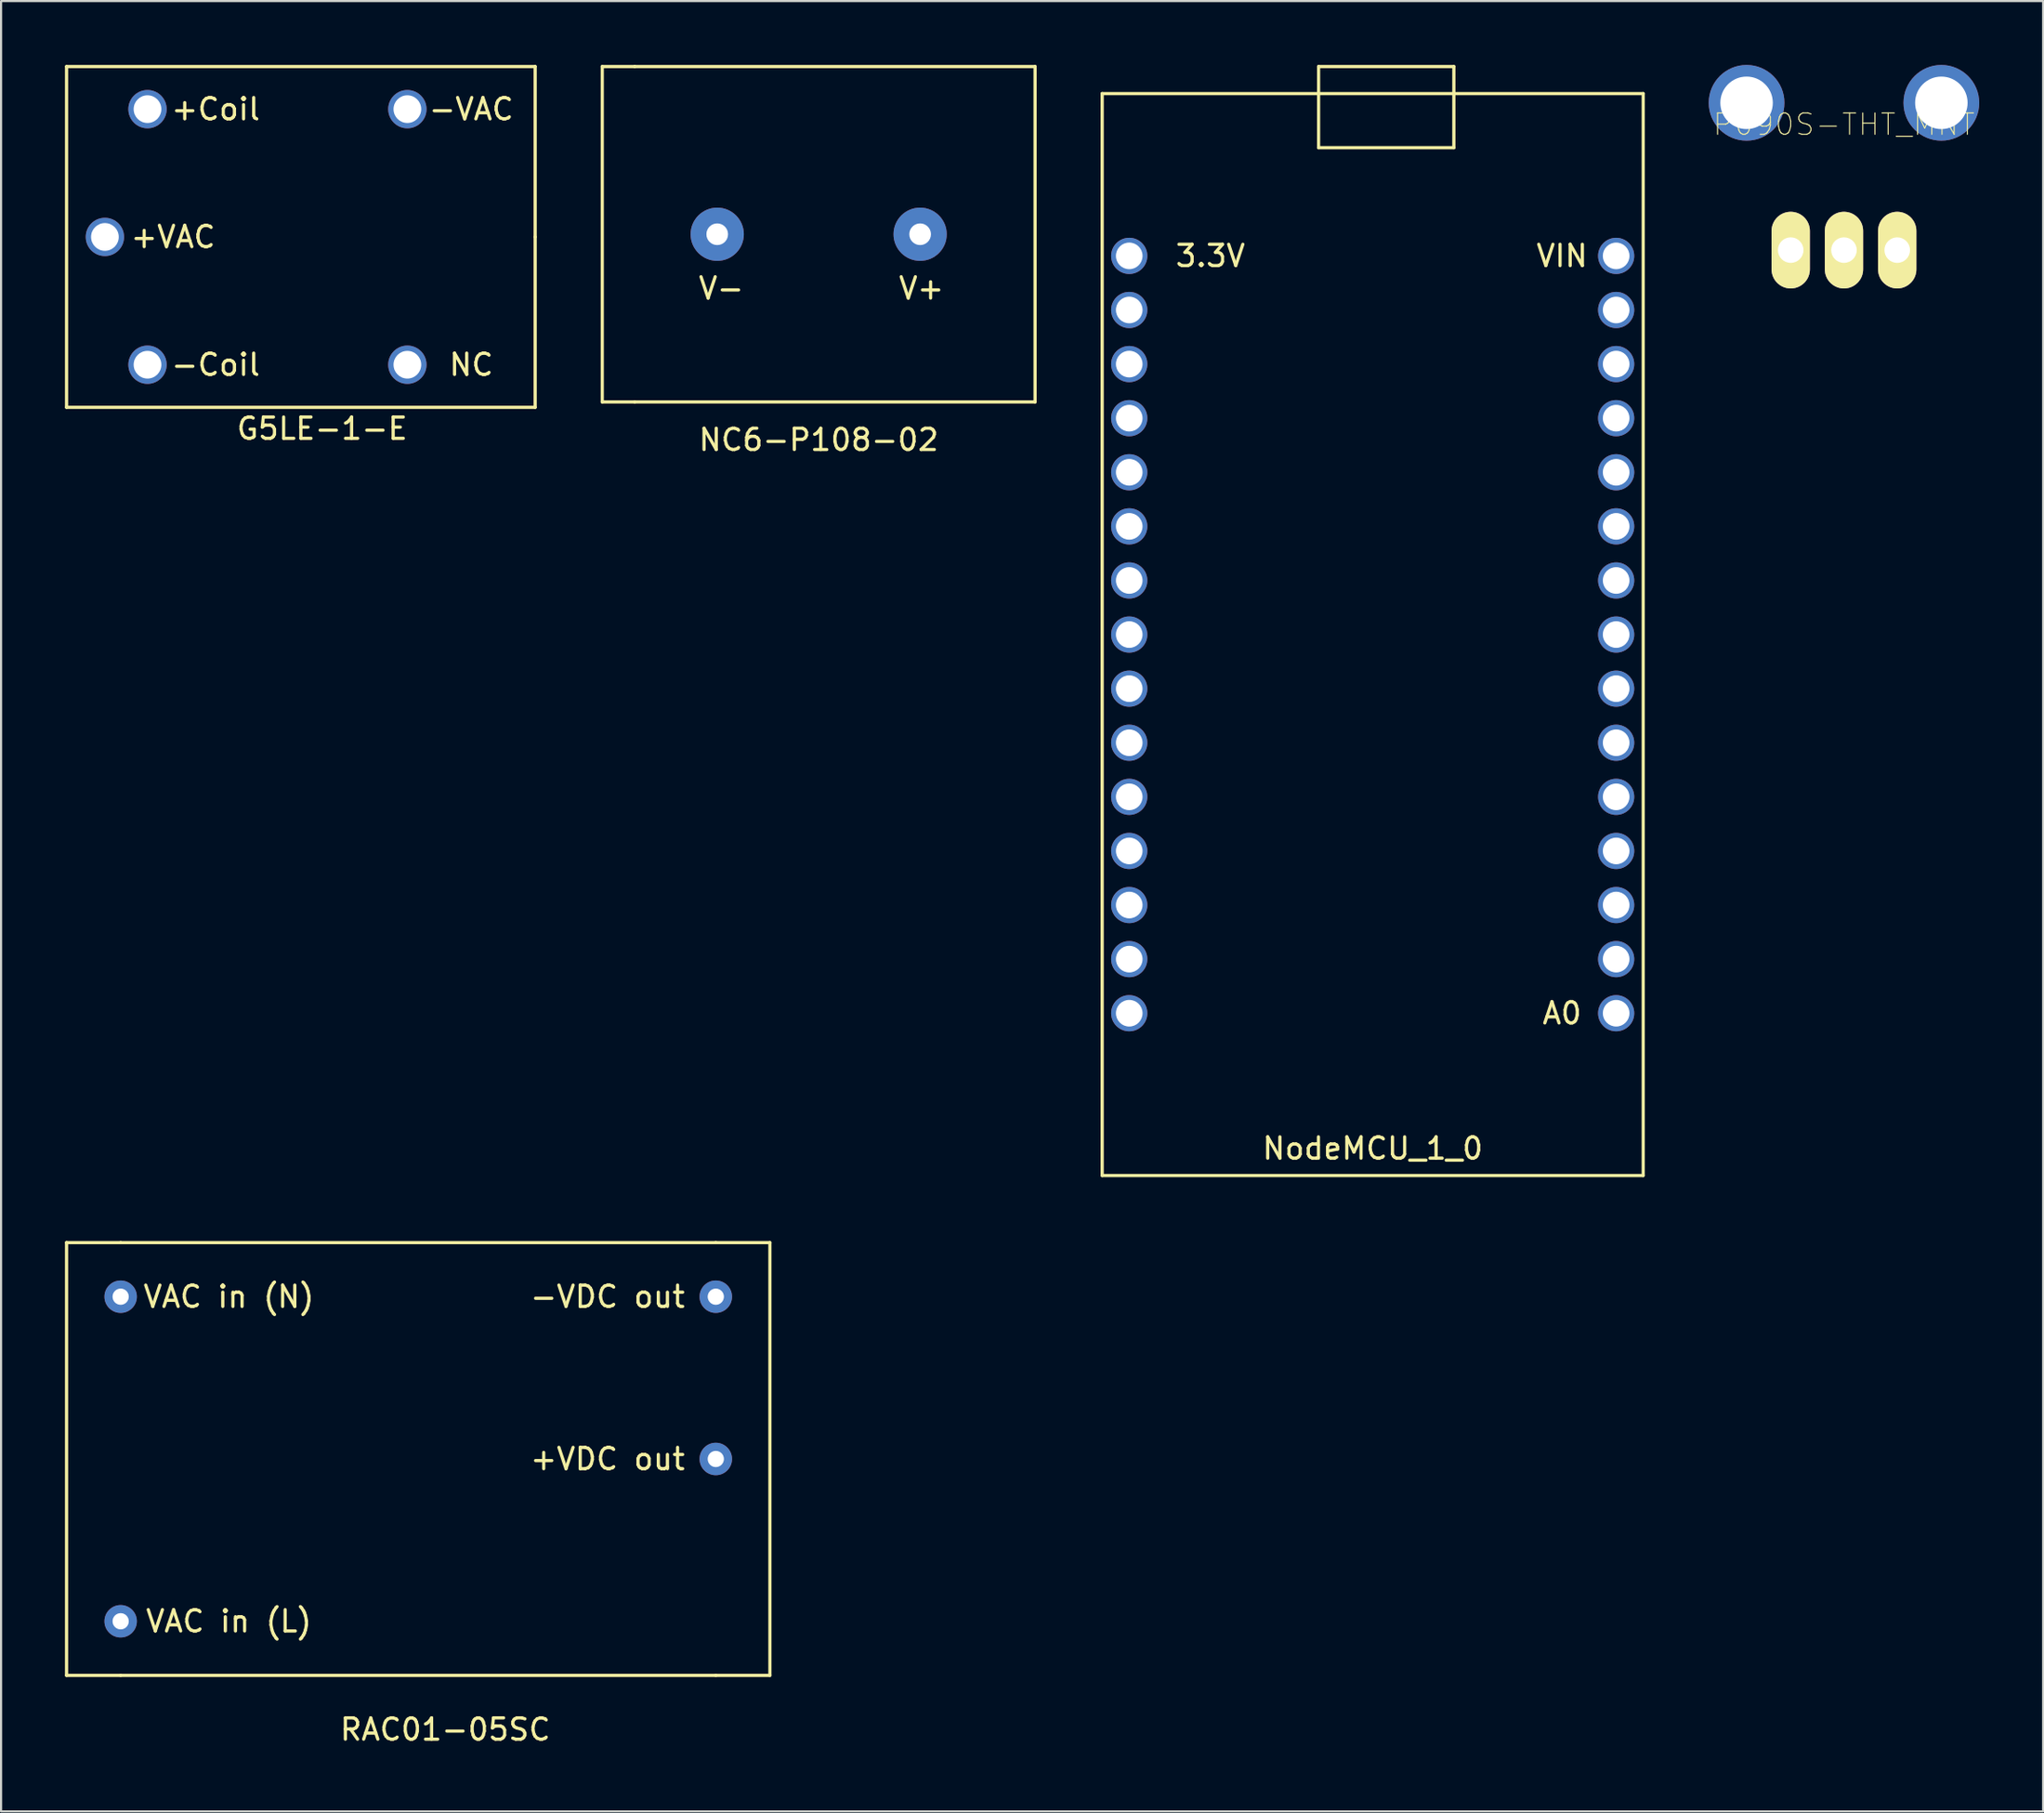
<source format=kicad_pcb>
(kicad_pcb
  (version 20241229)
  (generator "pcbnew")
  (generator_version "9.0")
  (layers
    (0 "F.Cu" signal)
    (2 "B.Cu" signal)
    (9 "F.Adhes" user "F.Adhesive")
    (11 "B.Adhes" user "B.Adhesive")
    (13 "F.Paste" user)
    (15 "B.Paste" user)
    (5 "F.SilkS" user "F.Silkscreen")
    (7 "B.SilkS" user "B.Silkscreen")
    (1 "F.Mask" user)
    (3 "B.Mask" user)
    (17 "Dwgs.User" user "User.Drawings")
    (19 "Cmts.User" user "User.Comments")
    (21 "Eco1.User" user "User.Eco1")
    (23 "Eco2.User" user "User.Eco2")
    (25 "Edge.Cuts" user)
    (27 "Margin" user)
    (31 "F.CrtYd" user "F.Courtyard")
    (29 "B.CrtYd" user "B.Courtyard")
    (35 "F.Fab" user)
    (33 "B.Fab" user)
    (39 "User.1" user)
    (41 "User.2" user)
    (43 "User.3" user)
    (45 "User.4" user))
  (footprint "G5LE-1-E"
    (layer "F.Cu")
    (at 16.075 8.075)
    (property "Reference" "G5LE-1-E" (at -4 9 0) (layer "F.SilkS") (effects (font (size 1 1) (thickness 0.15))))
    (attr through_hole)
    (fp_line (start -16 -8) (end 6 -8) (stroke (width 0.15) (type solid)) (layer "F.SilkS"))
    (fp_line (start -16 8) (end -16 -8) (stroke (width 0.15) (type solid)) (layer "F.SilkS"))
    (fp_line (start 6 -8) (end 6 0) (stroke (width 0.15) (type solid)) (layer "F.SilkS"))
    (fp_line (start 6 0) (end 6 8) (stroke (width 0.15) (type solid)) (layer "F.SilkS"))
    (fp_line (start 6 8) (end -16 8) (stroke (width 0.15) (type solid)) (layer "F.SilkS"))
    (fp_text user "NC" (at 3 6 0) (layer "F.SilkS") (effects (font (size 1 1) (thickness 0.15))))
    (fp_text user "-VAC" (at 3 -6 0) (layer "F.SilkS") (effects (font (size 1 1) (thickness 0.15))))
    (fp_text user "-Coil" (at -9 6 0) (layer "F.SilkS") (effects (font (size 1 1) (thickness 0.15))))
    (fp_text user "+Coil" (at -9 -6 0) (layer "F.SilkS") (effects (font (size 1 1) (thickness 0.15))))
    (fp_text user "+VAC" (at -11 0 0) (layer "F.SilkS") (effects (font (size 1 1) (thickness 0.15))))
    (pad "1" thru_hole circle (at -14.2 0) (size 1.8 1.8) (drill 1.3) (layers "*.Cu" "*.Mask"))
    (pad "2" thru_hole circle (at -12.2 -6) (size 1.8 1.8) (drill 1.3) (layers "*.Cu" "*.Mask"))
    (pad "3" thru_hole circle (at 0 -6) (size 1.8 1.8) (drill 1.3) (layers "*.Cu" "*.Mask"))
    (pad "4" thru_hole circle (at 0 6) (size 1.8 1.8) (drill 1.3) (layers "*.Cu" "*.Mask"))
    (pad "5" thru_hole circle (at -12.2 6) (size 1.8 1.8) (drill 1.3) (layers "*.Cu" "*.Mask")))
  (footprint "NodeMCU_1_0"
    (layer "F.Cu")
    (at 61.395 29.285)
    (property "Reference" "NodeMCU_1_0" (at 0 21.59 0) (layer "F.SilkS") (effects (font (size 1 1) (thickness 0.15))))
    (attr through_hole)
    (fp_line (start -12.7 -27.94) (end -12.7 22.86) (stroke (width 0.15) (type solid)) (layer "F.SilkS"))
    (fp_line (start -12.7 22.86) (end 12.7 22.86) (stroke (width 0.15) (type solid)) (layer "F.SilkS"))
    (fp_line (start -2.54 -29.21) (end -2.54 -25.4) (stroke (width 0.15) (type solid)) (layer "F.SilkS"))
    (fp_line (start -2.54 -25.4) (end 3.81 -25.4) (stroke (width 0.15) (type solid)) (layer "F.SilkS"))
    (fp_line (start 3.81 -29.21) (end -2.54 -29.21) (stroke (width 0.15) (type solid)) (layer "F.SilkS"))
    (fp_line (start 3.81 -27.94) (end 3.81 -29.21) (stroke (width 0.15) (type solid)) (layer "F.SilkS"))
    (fp_line (start 3.81 -25.4) (end 3.81 -27.94) (stroke (width 0.15) (type solid)) (layer "F.SilkS"))
    (fp_line (start 12.7 -27.94) (end -12.7 -27.94) (stroke (width 0.15) (type solid)) (layer "F.SilkS"))
    (fp_line (start 12.7 22.86) (end 12.7 -27.94) (stroke (width 0.15) (type solid)) (layer "F.SilkS"))
    (fp_text user "VIN" (at 8.89 -20.32 0) (layer "F.SilkS") (effects (font (size 1 1) (thickness 0.15))))
    (fp_text user "3.3V" (at -7.62 -20.32 0) (layer "F.SilkS") (effects (font (size 1 1) (thickness 0.15))))
    (fp_text user "A0" (at 8.89 15.24 0) (layer "F.SilkS") (effects (font (size 1 1) (thickness 0.15))))
    (pad "1" thru_hole circle (at 11.43 15.24) (size 1.7 1.7) (drill 1.25) (layers "*.Cu" "*.Mask"))
    (pad "2" thru_hole circle (at 11.43 12.7) (size 1.7 1.7) (drill 1.25) (layers "*.Cu" "*.Mask"))
    (pad "3" thru_hole circle (at 11.43 10.16) (size 1.7 1.7) (drill 1.25) (layers "*.Cu" "*.Mask"))
    (pad "4" thru_hole circle (at 11.43 7.62) (size 1.7 1.7) (drill 1.25) (layers "*.Cu" "*.Mask"))
    (pad "5" thru_hole circle (at 11.43 5.08) (size 1.7 1.7) (drill 1.25) (layers "*.Cu" "*.Mask"))
    (pad "6" thru_hole circle (at 11.43 2.54) (size 1.7 1.7) (drill 1.25) (layers "*.Cu" "*.Mask"))
    (pad "7" thru_hole circle (at 11.43 0) (size 1.7 1.7) (drill 1.25) (layers "*.Cu" "*.Mask"))
    (pad "8" thru_hole circle (at 11.43 -2.54) (size 1.7 1.7) (drill 1.25) (layers "*.Cu" "*.Mask"))
    (pad "9" thru_hole circle (at 11.43 -5.08) (size 1.7 1.7) (drill 1.25) (layers "*.Cu" "*.Mask"))
    (pad "10" thru_hole circle (at 11.43 -7.62) (size 1.7 1.7) (drill 1.25) (layers "*.Cu" "*.Mask"))
    (pad "11" thru_hole circle (at 11.43 -10.16) (size 1.7 1.7) (drill 1.25) (layers "*.Cu" "*.Mask"))
    (pad "12" thru_hole circle (at 11.43 -12.7) (size 1.7 1.7) (drill 1.25) (layers "*.Cu" "*.Mask"))
    (pad "13" thru_hole circle (at 11.43 -15.24) (size 1.7 1.7) (drill 1.25) (layers "*.Cu" "*.Mask"))
    (pad "14" thru_hole circle (at 11.43 -17.78) (size 1.7 1.7) (drill 1.25) (layers "*.Cu" "*.Mask"))
    (pad "15" thru_hole circle (at 11.43 -20.32) (size 1.7 1.7) (drill 1.25) (layers "*.Cu" "*.Mask"))
    (pad "16" thru_hole circle (at -11.43 15.24) (size 1.7 1.7) (drill 1.25) (layers "*.Cu" "*.Mask"))
    (pad "17" thru_hole circle (at -11.43 12.7) (size 1.7 1.7) (drill 1.25) (layers "*.Cu" "*.Mask"))
    (pad "18" thru_hole circle (at -11.43 10.16) (size 1.7 1.7) (drill 1.25) (layers "*.Cu" "*.Mask"))
    (pad "19" thru_hole circle (at -11.43 7.62) (size 1.7 1.7) (drill 1.25) (layers "*.Cu" "*.Mask"))
    (pad "20" thru_hole circle (at -11.43 5.08) (size 1.7 1.7) (drill 1.25) (layers "*.Cu" "*.Mask"))
    (pad "21" thru_hole circle (at -11.43 2.54) (size 1.7 1.7) (drill 1.25) (layers "*.Cu" "*.Mask"))
    (pad "22" thru_hole circle (at -11.43 0) (size 1.7 1.7) (drill 1.25) (layers "*.Cu" "*.Mask"))
    (pad "23" thru_hole circle (at -11.43 -2.54) (size 1.7 1.7) (drill 1.25) (layers "*.Cu" "*.Mask"))
    (pad "24" thru_hole circle (at -11.43 -5.08) (size 1.7 1.7) (drill 1.25) (layers "*.Cu" "*.Mask"))
    (pad "25" thru_hole circle (at -11.43 -7.62) (size 1.7 1.7) (drill 1.25) (layers "*.Cu" "*.Mask"))
    (pad "26" thru_hole circle (at -11.43 -10.16) (size 1.7 1.7) (drill 1.25) (layers "*.Cu" "*.Mask"))
    (pad "27" thru_hole circle (at -11.43 -12.7) (size 1.7 1.7) (drill 1.25) (layers "*.Cu" "*.Mask"))
    (pad "28" thru_hole circle (at -11.43 -15.24) (size 1.7 1.7) (drill 1.25) (layers "*.Cu" "*.Mask"))
    (pad "29" thru_hole circle (at -11.43 -17.78) (size 1.7 1.7) (drill 1.25) (layers "*.Cu" "*.Mask"))
    (pad "30" thru_hole circle (at -11.43 -20.32) (size 1.7 1.7) (drill 1.25) (layers "*.Cu" "*.Mask")))
  (footprint "NC6-P108-02"
    (layer "F.Cu")
    (at 35.385 7.949)
    (property "Reference" "NC6-P108-02" (at 0 9.652 0) (layer "F.SilkS") (effects (font (size 1 1) (thickness 0.15))))
    (attr through_hole)
    (fp_line (start -10.16 -7.874) (end -8.636 -7.874) (stroke (width 0.15) (type solid)) (layer "F.SilkS"))
    (fp_line (start -10.16 7.874) (end -10.16 -7.874) (stroke (width 0.15) (type solid)) (layer "F.SilkS"))
    (fp_line (start -8.636 -7.874) (end 10.16 -7.874) (stroke (width 0.15) (type solid)) (layer "F.SilkS"))
    (fp_line (start -8.636 7.874) (end -10.16 7.874) (stroke (width 0.15) (type solid)) (layer "F.SilkS"))
    (fp_line (start 10.16 -7.874) (end 10.16 7.874) (stroke (width 0.15) (type solid)) (layer "F.SilkS"))
    (fp_line (start 10.16 7.874) (end -8.636 7.874) (stroke (width 0.15) (type solid)) (layer "F.SilkS"))
    (fp_text user "V+" (at 4.826 2.54 0) (layer "F.SilkS") (effects (font (size 1 1) (thickness 0.15))))
    (fp_text user "V-" (at -4.572 2.54 0) (layer "F.SilkS") (effects (font (size 1 1) (thickness 0.15))))
    (pad "1" thru_hole circle (at 4.763 0) (size 2.5 2.5) (drill 1.016) (layers "*.Cu" "*.Mask"))
    (pad "2" thru_hole circle (at -4.763 0) (size 2.5 2.5) (drill 1.016) (layers "*.Cu" "*.Mask")))
  (footprint "P090S-THT_MNT"
    (layer "F.Cu")
    (at 83.52 2.794)
    (property "Reference" "P090S-THT_MNT" (at 0 0 0) (layer "F.SilkS") (effects (font (size 1.001 1.001) (thickness 0.05))))
    (attr through_hole)
    (pad "1" thru_hole oval (at -2.5 5.9 90) (size 3.6 1.8) (drill 1.2) (layers "*.Cu" "*.Mask" "F.SilkS"))
    (pad "2" thru_hole oval (at 0 5.9 90) (size 3.6 1.8) (drill 1.2) (layers "*.Cu" "*.Mask" "F.SilkS"))
    (pad "3" thru_hole oval (at 2.5 5.9 90) (size 3.6 1.8) (drill 1.2) (layers "*.Cu" "*.Mask" "F.SilkS"))
    (pad "M6" thru_hole circle (at 4.572 -1.016) (size 3.556 3.556) (drill 2.464) (layers "*.Cu" "*.Mask"))
    (pad "M7" thru_hole circle (at -4.572 -1.016) (size 3.556 3.556) (drill 2.464) (layers "*.Cu" "*.Mask")))
  (footprint "RAC01-05SC"
    (layer "F.Cu")
    (at 17.855 65.455)
    (property "Reference" "RAC01-05SC" (at 0 12.7 0) (layer "F.SilkS") (effects (font (size 1 1) (thickness 0.15))))
    (attr through_hole)
    (fp_line (start -17.78 -10.16) (end -15.24 -10.16) (stroke (width 0.15) (type solid)) (layer "F.SilkS"))
    (fp_line (start -17.78 10.16) (end -17.78 -10.16) (stroke (width 0.15) (type solid)) (layer "F.SilkS"))
    (fp_line (start -15.24 10.16) (end -17.78 10.16) (stroke (width 0.15) (type solid)) (layer "F.SilkS"))
    (fp_line (start -15.24 10.16) (end 12.7 10.16) (stroke (width 0.15) (type solid)) (layer "F.SilkS"))
    (fp_line (start 12.7 -10.16) (end -15.24 -10.16) (stroke (width 0.15) (type solid)) (layer "F.SilkS"))
    (fp_line (start 12.7 -10.16) (end 15.24 -10.16) (stroke (width 0.15) (type solid)) (layer "F.SilkS"))
    (fp_line (start 15.24 -10.16) (end 15.24 10.16) (stroke (width 0.15) (type solid)) (layer "F.SilkS"))
    (fp_line (start 15.24 10.16) (end 12.7 10.16) (stroke (width 0.15) (type solid)) (layer "F.SilkS"))
    (fp_text user "+VDC out" (at 7.62 0 0) (layer "F.SilkS") (effects (font (size 1 1) (thickness 0.15))))
    (fp_text user "VAC in (L)" (at -10.16 7.62 0) (layer "F.SilkS") (effects (font (size 1 1) (thickness 0.15))))
    (fp_text user "-VDC out" (at 7.62 -7.62 0) (layer "F.SilkS") (effects (font (size 1 1) (thickness 0.15))))
    (fp_text user "VAC in (N)" (at -10.16 -7.62 0) (layer "F.SilkS") (effects (font (size 1 1) (thickness 0.15))))
    (pad "1" thru_hole circle (at -15.24 -7.62) (size 1.524 1.524) (drill 0.762) (layers "*.Cu" "*.Mask"))
    (pad "2" thru_hole circle (at -15.24 7.62) (size 1.524 1.524) (drill 0.762) (layers "*.Cu" "*.Mask"))
    (pad "3" thru_hole circle (at 12.7 -7.62) (size 1.524 1.524) (drill 0.762) (layers "*.Cu" "*.Mask"))
    (pad "4" thru_hole circle (at 12.7 0) (size 1.524 1.524) (drill 0.762) (layers "*.Cu" "*.Mask")))
  (gr_rect
    (start -3 -3)
    (end 92.87 82.003)
    (stroke (width 0.1) (type default))
    (fill no)
    (layer "Edge.Cuts")))
</source>
